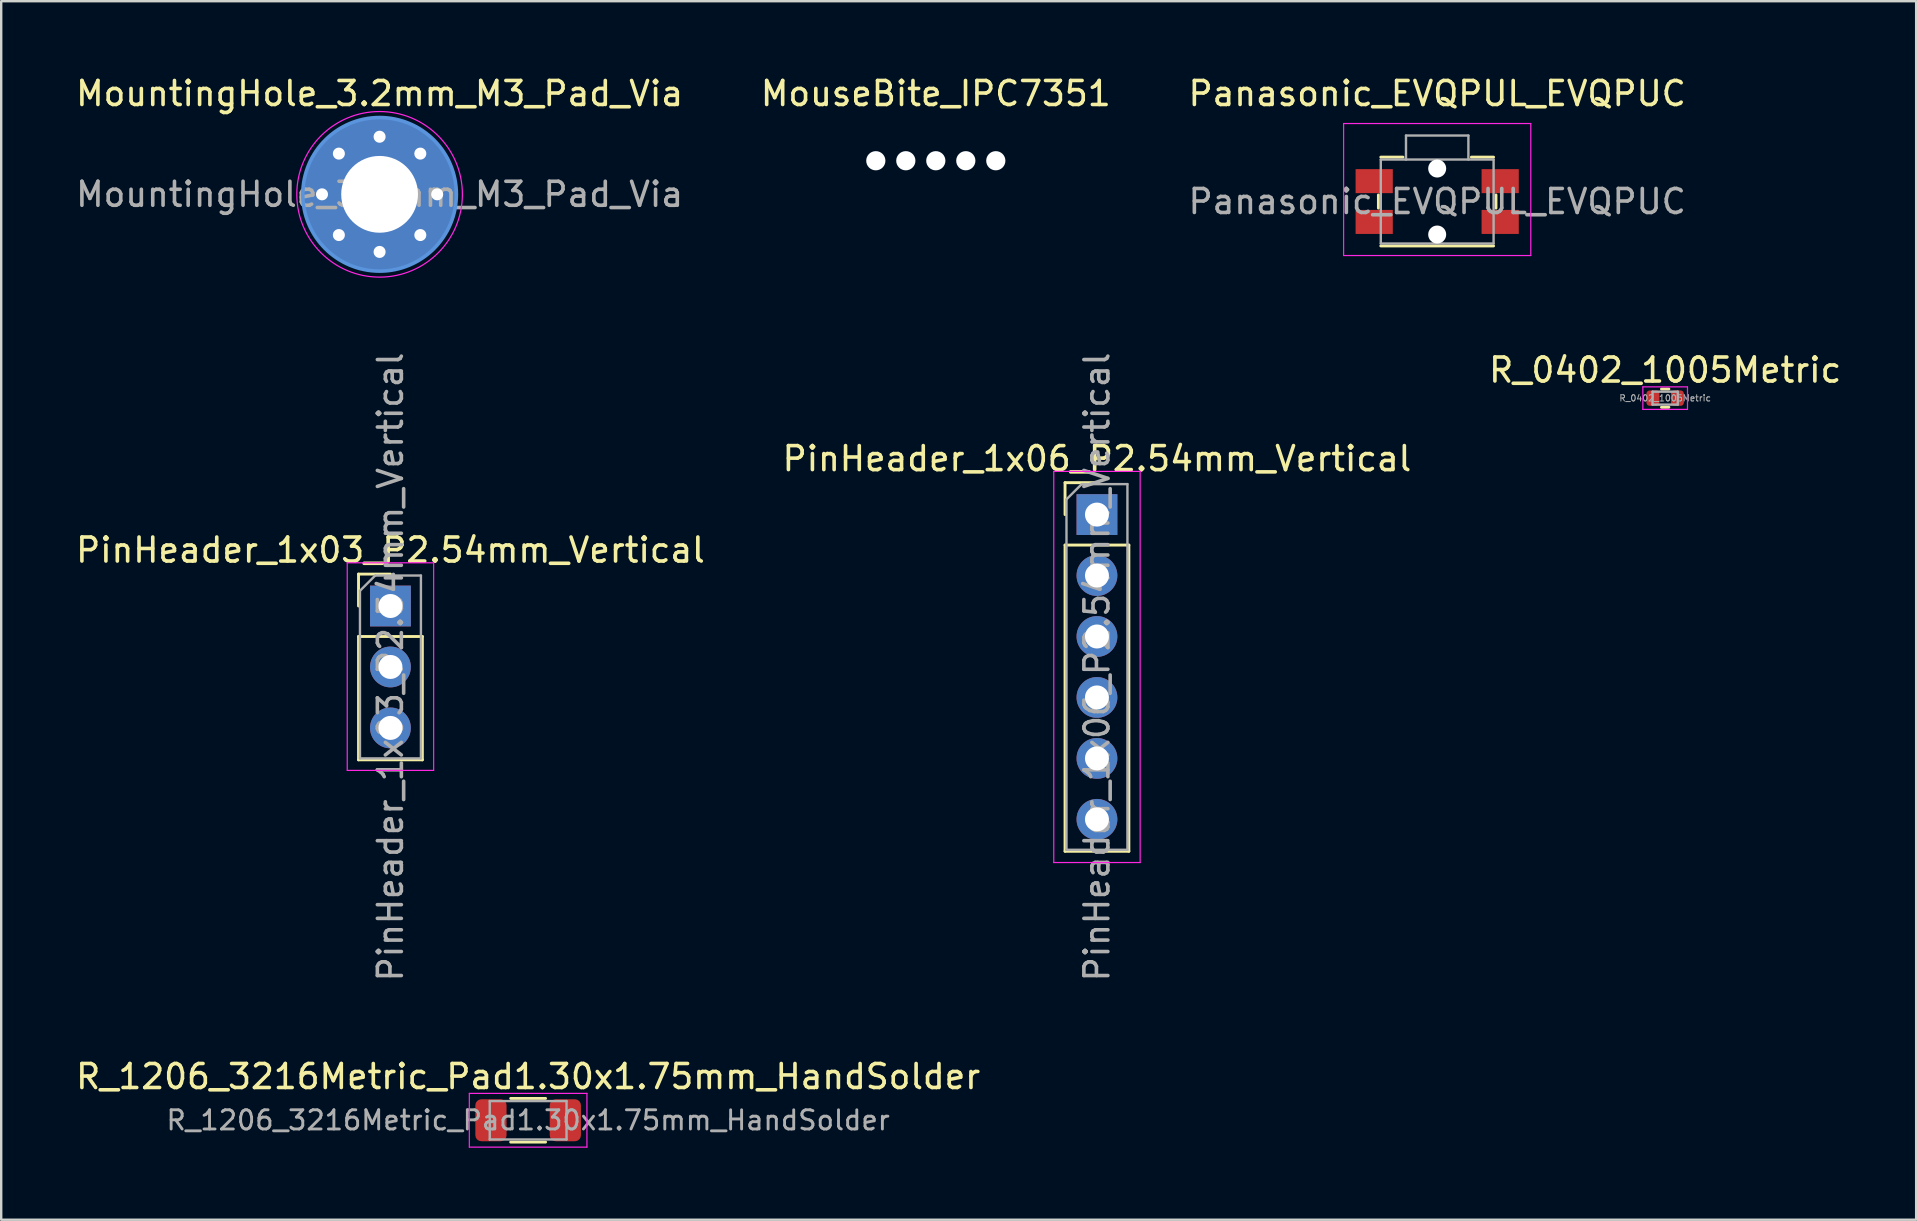
<source format=kicad_pcb>
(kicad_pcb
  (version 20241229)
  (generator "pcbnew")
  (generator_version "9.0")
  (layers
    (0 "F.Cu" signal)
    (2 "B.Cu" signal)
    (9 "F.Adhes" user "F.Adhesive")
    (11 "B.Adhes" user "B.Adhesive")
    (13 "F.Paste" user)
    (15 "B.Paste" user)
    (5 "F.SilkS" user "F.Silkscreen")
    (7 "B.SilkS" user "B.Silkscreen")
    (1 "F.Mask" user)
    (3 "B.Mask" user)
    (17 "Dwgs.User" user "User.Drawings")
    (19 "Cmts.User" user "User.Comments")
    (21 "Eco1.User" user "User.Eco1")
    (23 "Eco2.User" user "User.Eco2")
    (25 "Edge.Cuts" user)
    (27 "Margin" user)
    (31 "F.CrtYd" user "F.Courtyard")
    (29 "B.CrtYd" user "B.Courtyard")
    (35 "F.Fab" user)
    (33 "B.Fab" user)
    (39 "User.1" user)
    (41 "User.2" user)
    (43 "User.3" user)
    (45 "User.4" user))
  (footprint "Panasonic_EVQPUL_EVQPUC"
    (layer "F.Cu")
    (at 56.839 5.348)
    (property "Reference" "Panasonic_EVQPUL_EVQPUC" (at 0 -4.5 0) (layer "F.SilkS") (effects (font (size 1 1) (thickness 0.15))))
    (attr smd)
    (fp_line (start -2.45 0.275) (end -2.45 -0.275) (stroke (width 0.12) (type solid)) (layer "F.SilkS"))
    (fp_line (start -1.425 -1.85) (end -2.35 -1.85) (stroke (width 0.12) (type solid)) (layer "F.SilkS"))
    (fp_line (start 2.35 -1.85) (end 1.425 -1.85) (stroke (width 0.12) (type solid)) (layer "F.SilkS"))
    (fp_line (start 2.35 1.85) (end -2.35 1.85) (stroke (width 0.12) (type solid)) (layer "F.SilkS"))
    (fp_line (start 2.45 0.275) (end 2.45 -0.275) (stroke (width 0.12) (type solid)) (layer "F.SilkS"))
    (fp_line (start -3.9 2.25) (end -3.9 -3.25) (stroke (width 0.05) (type solid)) (layer "F.CrtYd"))
    (fp_line (start 3.9 -3.25) (end -3.9 -3.25) (stroke (width 0.05) (type solid)) (layer "F.CrtYd"))
    (fp_line (start 3.9 2.25) (end -3.9 2.25) (stroke (width 0.05) (type solid)) (layer "F.CrtYd"))
    (fp_line (start 3.9 2.25) (end 3.9 -3.25) (stroke (width 0.05) (type solid)) (layer "F.CrtYd"))
    (fp_line (start -2.35 1.75) (end -2.35 -1.75) (stroke (width 0.1) (type solid)) (layer "F.Fab"))
    (fp_line (start -1.3 -2.75) (end -1.3 -1.75) (stroke (width 0.1) (type solid)) (layer "F.Fab"))
    (fp_line (start 1.3 -2.75) (end -1.3 -2.75) (stroke (width 0.1) (type solid)) (layer "F.Fab"))
    (fp_line (start 1.3 -2.75) (end 1.3 -1.75) (stroke (width 0.1) (type solid)) (layer "F.Fab"))
    (fp_line (start 2.35 -1.75) (end -2.35 -1.75) (stroke (width 0.1) (type solid)) (layer "F.Fab"))
    (fp_line (start 2.35 1.75) (end -2.35 1.75) (stroke (width 0.1) (type solid)) (layer "F.Fab"))
    (fp_line (start 2.35 1.75) (end 2.35 -1.75) (stroke (width 0.1) (type solid)) (layer "F.Fab"))
    (fp_text user "${REFERENCE}" (at 0 0 0) (layer "F.Fab") (effects (font (size 1 1) (thickness 0.15))))
    (pad "" np_thru_hole circle (at 0 -1.375 180) (size 0.75 0.75) (drill 0.75) (layers "*.Cu" "*.Mask"))
    (pad "" np_thru_hole circle (at 0 1.375 180) (size 0.75 0.75) (drill 0.75) (layers "*.Cu" "*.Mask"))
    (pad "1" smd rect (at -2.625 -0.85 180) (size 1.55 1) (layers "F.Cu" "F.Mask" "F.Paste"))
    (pad "1" smd rect (at 2.625 -0.85 180) (size 1.55 1) (layers "F.Cu" "F.Mask" "F.Paste"))
    (pad "2" smd rect (at -2.625 0.85 180) (size 1.55 1) (layers "F.Cu" "F.Mask" "F.Paste"))
    (pad "2" smd rect (at 2.625 0.85 180) (size 1.55 1) (layers "F.Cu" "F.Mask" "F.Paste")))
  (footprint "PinHeader_1x06_P2.54mm_Vertical"
    (layer "F.Cu")
    (at 42.661 18.393)
    (property "Reference" "PinHeader_1x06_P2.54mm_Vertical" (at 0 -2.33 0) (layer "F.SilkS") (effects (font (size 1 1) (thickness 0.15))))
    (attr through_hole)
    (fp_line (start -1.33 -1.33) (end 0 -1.33) (stroke (width 0.12) (type solid)) (layer "F.SilkS"))
    (fp_line (start -1.33 0) (end -1.33 -1.33) (stroke (width 0.12) (type solid)) (layer "F.SilkS"))
    (fp_line (start -1.33 1.27) (end -1.33 14.03) (stroke (width 0.12) (type solid)) (layer "F.SilkS"))
    (fp_line (start -1.33 1.27) (end 1.33 1.27) (stroke (width 0.12) (type solid)) (layer "F.SilkS"))
    (fp_line (start -1.33 14.03) (end 1.33 14.03) (stroke (width 0.12) (type solid)) (layer "F.SilkS"))
    (fp_line (start 1.33 1.27) (end 1.33 14.03) (stroke (width 0.12) (type solid)) (layer "F.SilkS"))
    (fp_line (start -1.8 -1.8) (end -1.8 14.5) (stroke (width 0.05) (type solid)) (layer "F.CrtYd"))
    (fp_line (start -1.8 14.5) (end 1.8 14.5) (stroke (width 0.05) (type solid)) (layer "F.CrtYd"))
    (fp_line (start 1.8 -1.8) (end -1.8 -1.8) (stroke (width 0.05) (type solid)) (layer "F.CrtYd"))
    (fp_line (start 1.8 14.5) (end 1.8 -1.8) (stroke (width 0.05) (type solid)) (layer "F.CrtYd"))
    (fp_line (start -1.27 -0.635) (end -0.635 -1.27) (stroke (width 0.1) (type solid)) (layer "F.Fab"))
    (fp_line (start -1.27 13.97) (end -1.27 -0.635) (stroke (width 0.1) (type solid)) (layer "F.Fab"))
    (fp_line (start -0.635 -1.27) (end 1.27 -1.27) (stroke (width 0.1) (type solid)) (layer "F.Fab"))
    (fp_line (start 1.27 -1.27) (end 1.27 13.97) (stroke (width 0.1) (type solid)) (layer "F.Fab"))
    (fp_line (start 1.27 13.97) (end -1.27 13.97) (stroke (width 0.1) (type solid)) (layer "F.Fab"))
    (fp_text user "${REFERENCE}" (at 0 6.35 90) (layer "F.Fab") (effects (font (size 1 1) (thickness 0.15))))
    (pad "1" thru_hole rect (at 0 0) (size 1.7 1.7) (drill 1) (layers "*.Cu" "*.Mask"))
    (pad "2" thru_hole oval (at 0 2.54) (size 1.7 1.7) (drill 1) (layers "*.Cu" "*.Mask"))
    (pad "3" thru_hole oval (at 0 5.08) (size 1.7 1.7) (drill 1) (layers "*.Cu" "*.Mask"))
    (pad "4" thru_hole oval (at 0 7.62) (size 1.7 1.7) (drill 1) (layers "*.Cu" "*.Mask"))
    (pad "5" thru_hole oval (at 0 10.16) (size 1.7 1.7) (drill 1) (layers "*.Cu" "*.Mask"))
    (pad "6" thru_hole oval (at 0 12.7) (size 1.7 1.7) (drill 1) (layers "*.Cu" "*.Mask")))
  (footprint "R_0402_1005Metric"
    (layer "F.Cu")
    (at 66.339 13.541)
    (property "Reference" "R_0402_1005Metric" (at 0 -1.17 180) (layer "F.SilkS") (effects (font (size 1 1) (thickness 0.15))))
    (attr smd)
    (fp_line (start -0.154 -0.38) (end 0.154 -0.38) (stroke (width 0.12) (type solid)) (layer "F.SilkS"))
    (fp_line (start -0.154 0.38) (end 0.154 0.38) (stroke (width 0.12) (type solid)) (layer "F.SilkS"))
    (fp_line (start -0.93 -0.47) (end 0.93 -0.47) (stroke (width 0.05) (type solid)) (layer "F.CrtYd"))
    (fp_line (start -0.93 0.47) (end -0.93 -0.47) (stroke (width 0.05) (type solid)) (layer "F.CrtYd"))
    (fp_line (start 0.93 -0.47) (end 0.93 0.47) (stroke (width 0.05) (type solid)) (layer "F.CrtYd"))
    (fp_line (start 0.93 0.47) (end -0.93 0.47) (stroke (width 0.05) (type solid)) (layer "F.CrtYd"))
    (fp_line (start -0.525 -0.27) (end 0.525 -0.27) (stroke (width 0.1) (type solid)) (layer "F.Fab"))
    (fp_line (start -0.525 0.27) (end -0.525 -0.27) (stroke (width 0.1) (type solid)) (layer "F.Fab"))
    (fp_line (start 0.525 -0.27) (end 0.525 0.27) (stroke (width 0.1) (type solid)) (layer "F.Fab"))
    (fp_line (start 0.525 0.27) (end -0.525 0.27) (stroke (width 0.1) (type solid)) (layer "F.Fab"))
    (fp_text user "${REFERENCE}" (at 0 0 180) (layer "F.Fab") (effects (font (size 0.26 0.26) (thickness 0.04))))
    (pad "1" smd roundrect (at -0.51 0) (size 0.54 0.64) (layers "F.Cu" "F.Mask" "F.Paste") (roundrect_rratio 0.25))
    (pad "2" smd roundrect (at 0.51 0) (size 0.54 0.64) (layers "F.Cu" "F.Mask" "F.Paste") (roundrect_rratio 0.25)))
  (footprint "MouseBite_IPC7351"
    (layer "F.Cu")
    (at 35.946 3.648)
    (property "Reference" "MouseBite_IPC7351" (at 0 -2.8 0) (layer "F.SilkS") (effects (font (size 1 1) (thickness 0.15))))
    (attr through_hole)
    (pad "" np_thru_hole circle (at -2.5 0) (size 0.8 0.8) (drill 0.8) (layers "*.Cu" "*.Mask"))
    (pad "" np_thru_hole circle (at -1.25 0) (size 0.8 0.8) (drill 0.8) (layers "*.Cu" "*.Mask"))
    (pad "" np_thru_hole circle (at 0 0) (size 0.8 0.8) (drill 0.8) (layers "*.Cu" "*.Mask"))
    (pad "" np_thru_hole circle (at 1.25 0) (size 0.8 0.8) (drill 0.8) (layers "*.Cu" "*.Mask"))
    (pad "" np_thru_hole circle (at 2.5 0) (size 0.8 0.8) (drill 0.8) (layers "*.Cu" "*.Mask")))
  (footprint "MountingHole_3.2mm_M3_Pad_Via"
    (layer "F.Cu")
    (at 12.768 5.048)
    (property "Reference" "MountingHole_3.2mm_M3_Pad_Via" (at 0 -4.2 0) (layer "F.SilkS") (effects (font (size 1 1) (thickness 0.15))))
    (attr exclude_from_pos_files)
    (fp_circle (center 0 0) (end 3.2 0) (stroke (width 0.15) (type solid)) (fill no) (layer "Cmts.User"))
    (fp_circle (center 0 0) (end 3.45 0) (stroke (width 0.05) (type solid)) (fill no) (layer "F.CrtYd"))
    (fp_text user "${REFERENCE}" (at 0 0 0) (layer "F.Fab") (effects (font (size 1 1) (thickness 0.15))))
    (pad "1" thru_hole circle (at -2.4 0) (size 0.8 0.8) (drill 0.5) (layers "*.Cu" "*.Mask"))
    (pad "1" thru_hole circle (at -1.697 -1.697) (size 0.8 0.8) (drill 0.5) (layers "*.Cu" "*.Mask"))
    (pad "1" thru_hole circle (at -1.697 1.697) (size 0.8 0.8) (drill 0.5) (layers "*.Cu" "*.Mask"))
    (pad "1" thru_hole circle (at 0 -2.4) (size 0.8 0.8) (drill 0.5) (layers "*.Cu" "*.Mask"))
    (pad "1" thru_hole circle (at 0 0) (size 6.4 6.4) (drill 3.2) (layers "*.Cu" "*.Mask"))
    (pad "1" thru_hole circle (at 0 2.4) (size 0.8 0.8) (drill 0.5) (layers "*.Cu" "*.Mask"))
    (pad "1" thru_hole circle (at 1.697 -1.697) (size 0.8 0.8) (drill 0.5) (layers "*.Cu" "*.Mask"))
    (pad "1" thru_hole circle (at 1.697 1.697) (size 0.8 0.8) (drill 0.5) (layers "*.Cu" "*.Mask"))
    (pad "1" thru_hole circle (at 2.4 0) (size 0.8 0.8) (drill 0.5) (layers "*.Cu" "*.Mask")))
  (footprint "R_1206_3216Metric_Pad1.30x1.75mm_HandSolder"
    (layer "F.Cu")
    (at 18.958 43.632)
    (property "Reference" "R_1206_3216Metric_Pad1.30x1.75mm_HandSolder" (at 0 -1.82 0) (layer "F.SilkS") (effects (font (size 1 1) (thickness 0.15))))
    (attr smd)
    (fp_line (start -0.727 -0.91) (end 0.727 -0.91) (stroke (width 0.12) (type solid)) (layer "F.SilkS"))
    (fp_line (start -0.727 0.91) (end 0.727 0.91) (stroke (width 0.12) (type solid)) (layer "F.SilkS"))
    (fp_line (start -2.45 -1.12) (end 2.45 -1.12) (stroke (width 0.05) (type solid)) (layer "F.CrtYd"))
    (fp_line (start -2.45 1.12) (end -2.45 -1.12) (stroke (width 0.05) (type solid)) (layer "F.CrtYd"))
    (fp_line (start 2.45 -1.12) (end 2.45 1.12) (stroke (width 0.05) (type solid)) (layer "F.CrtYd"))
    (fp_line (start 2.45 1.12) (end -2.45 1.12) (stroke (width 0.05) (type solid)) (layer "F.CrtYd"))
    (fp_line (start -1.6 -0.8) (end 1.6 -0.8) (stroke (width 0.1) (type solid)) (layer "F.Fab"))
    (fp_line (start -1.6 0.8) (end -1.6 -0.8) (stroke (width 0.1) (type solid)) (layer "F.Fab"))
    (fp_line (start 1.6 -0.8) (end 1.6 0.8) (stroke (width 0.1) (type solid)) (layer "F.Fab"))
    (fp_line (start 1.6 0.8) (end -1.6 0.8) (stroke (width 0.1) (type solid)) (layer "F.Fab"))
    (fp_text user "${REFERENCE}" (at 0 0 0) (layer "F.Fab") (effects (font (size 0.8 0.8) (thickness 0.12))))
    (pad "1" smd roundrect (at -1.55 0) (size 1.3 1.75) (layers "F.Cu" "F.Mask" "F.Paste") (roundrect_rratio 0.192))
    (pad "2" smd roundrect (at 1.55 0) (size 1.3 1.75) (layers "F.Cu" "F.Mask" "F.Paste") (roundrect_rratio 0.192)))
  (footprint "PinHeader_1x03_P2.54mm_Vertical"
    (layer "F.Cu")
    (at 13.22 22.203)
    (property "Reference" "PinHeader_1x03_P2.54mm_Vertical" (at 0 -2.33 0) (layer "F.SilkS") (effects (font (size 1 1) (thickness 0.15))))
    (attr through_hole)
    (fp_line (start -1.33 -1.33) (end 0 -1.33) (stroke (width 0.12) (type solid)) (layer "F.SilkS"))
    (fp_line (start -1.33 0) (end -1.33 -1.33) (stroke (width 0.12) (type solid)) (layer "F.SilkS"))
    (fp_line (start -1.33 1.27) (end -1.33 6.41) (stroke (width 0.12) (type solid)) (layer "F.SilkS"))
    (fp_line (start -1.33 1.27) (end 1.33 1.27) (stroke (width 0.12) (type solid)) (layer "F.SilkS"))
    (fp_line (start -1.33 6.41) (end 1.33 6.41) (stroke (width 0.12) (type solid)) (layer "F.SilkS"))
    (fp_line (start 1.33 1.27) (end 1.33 6.41) (stroke (width 0.12) (type solid)) (layer "F.SilkS"))
    (fp_line (start -1.8 -1.8) (end -1.8 6.85) (stroke (width 0.05) (type solid)) (layer "F.CrtYd"))
    (fp_line (start -1.8 6.85) (end 1.8 6.85) (stroke (width 0.05) (type solid)) (layer "F.CrtYd"))
    (fp_line (start 1.8 -1.8) (end -1.8 -1.8) (stroke (width 0.05) (type solid)) (layer "F.CrtYd"))
    (fp_line (start 1.8 6.85) (end 1.8 -1.8) (stroke (width 0.05) (type solid)) (layer "F.CrtYd"))
    (fp_line (start -1.27 -0.635) (end -0.635 -1.27) (stroke (width 0.1) (type solid)) (layer "F.Fab"))
    (fp_line (start -1.27 6.35) (end -1.27 -0.635) (stroke (width 0.1) (type solid)) (layer "F.Fab"))
    (fp_line (start -0.635 -1.27) (end 1.27 -1.27) (stroke (width 0.1) (type solid)) (layer "F.Fab"))
    (fp_line (start 1.27 -1.27) (end 1.27 6.35) (stroke (width 0.1) (type solid)) (layer "F.Fab"))
    (fp_line (start 1.27 6.35) (end -1.27 6.35) (stroke (width 0.1) (type solid)) (layer "F.Fab"))
    (fp_text user "${REFERENCE}" (at 0 2.54 90) (layer "F.Fab") (effects (font (size 1 1) (thickness 0.15))))
    (pad "1" thru_hole rect (at 0 0) (size 1.7 1.7) (drill 1) (layers "*.Cu" "*.Mask"))
    (pad "2" thru_hole oval (at 0 2.54) (size 1.7 1.7) (drill 1) (layers "*.Cu" "*.Mask"))
    (pad "3" thru_hole oval (at 0 5.08) (size 1.7 1.7) (drill 1) (layers "*.Cu" "*.Mask")))
  (gr_rect
    (start -3 -3)
    (end 76.798 47.777)
    (stroke (width 0.1) (type default))
    (fill no)
    (layer "Edge.Cuts")))
</source>
